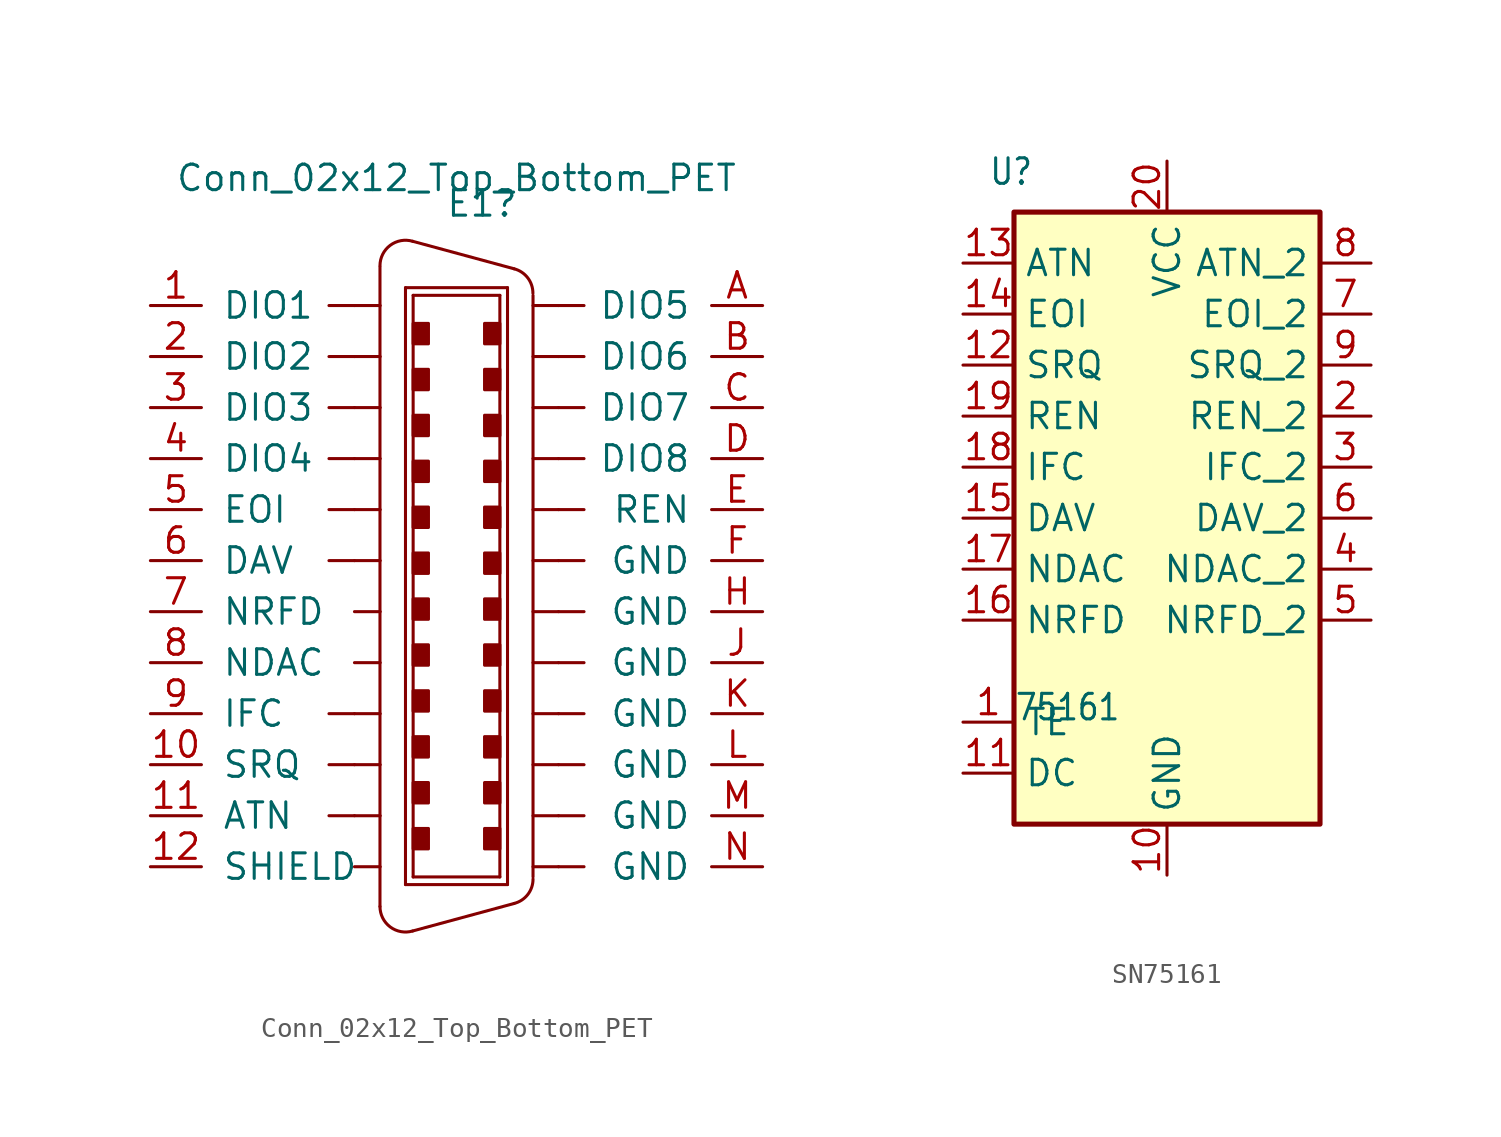
<source format=kicad_sym>
(kicad_symbol_lib
  (version 20231120)
  (generator "kicad_symbol_editor")
  (generator_version "8.0")
  (symbol "Conn_02x12_Top_Bottom_PET"
    (pin_names
      (offset 1.016))
    (property "Reference" "E1"
      (at 1.27 19.05 0)
      (effects (font (size 1.27 1.27))))
    (property "Value" "Conn_02x12_Top_Bottom_PET"
      (at 0 20.32 0)
      (effects (font (size 1.27 1.27))))
    (symbol "Conn_02x12_Top_Bottom_PET_0_1"
      (polyline (pts (xy -5.08 -11.43) (xy -6.35 -11.43)) (stroke (width 0) (type default)) (fill (type none)))
      (polyline (pts (xy -5.08 -8.89) (xy -6.35 -8.89)) (stroke (width 0) (type default)) (fill (type none)))
      (polyline (pts (xy -5.08 -6.35) (xy -6.35 -6.35)) (stroke (width 0) (type default)) (fill (type none)))
      (polyline (pts (xy -5.08 1.27) (xy -6.35 1.27)) (stroke (width 0) (type default)) (fill (type none)))
      (polyline (pts (xy -5.08 3.81) (xy -6.35 3.81)) (stroke (width 0) (type default)) (fill (type none)))
      (polyline (pts (xy -5.08 6.35) (xy -6.35 6.35)) (stroke (width 0) (type default)) (fill (type none)))
      (polyline (pts (xy -5.08 8.89) (xy -6.35 8.89)) (stroke (width 0) (type default)) (fill (type none)))
      (polyline (pts (xy -5.08 11.43) (xy -6.35 11.43)) (stroke (width 0) (type default)) (fill (type none)))
      (polyline (pts (xy -5.08 13.97) (xy -6.35 13.97)) (stroke (width 0) (type default)) (fill (type none)))
      (polyline (pts (xy 6.35 -13.97) (xy 5.08 -13.97)) (stroke (width 0) (type default)) (fill (type none)))
      (polyline (pts (xy 6.35 -11.43) (xy 5.08 -11.43)) (stroke (width 0) (type default)) (fill (type none)))
      (polyline (pts (xy 6.35 -8.89) (xy 5.08 -8.89)) (stroke (width 0) (type default)) (fill (type none)))
      (polyline (pts (xy 6.35 -6.35) (xy 5.08 -6.35)) (stroke (width 0) (type default)) (fill (type none)))
      (polyline (pts (xy 6.35 -3.81) (xy 5.08 -3.81)) (stroke (width 0) (type default)) (fill (type none)))
      (polyline (pts (xy 6.35 -1.27) (xy 5.08 -1.27)) (stroke (width 0) (type default)) (fill (type none)))
      (polyline (pts (xy 6.35 1.27) (xy 5.08 1.27)) (stroke (width 0) (type default)) (fill (type none)))
      (polyline (pts (xy 6.35 3.81) (xy 5.08 3.81)) (stroke (width 0) (type default)) (fill (type none)))
      (polyline (pts (xy 6.35 6.35) (xy 5.08 6.35)) (stroke (width 0) (type default)) (fill (type none)))
      (polyline (pts (xy 6.35 8.89) (xy 5.08 8.89)) (stroke (width 0) (type default)) (fill (type none)))
      (polyline (pts (xy 6.35 11.43) (xy 5.08 11.43)) (stroke (width 0) (type default)) (fill (type none)))
      (polyline (pts (xy 6.35 13.97) (xy 5.08 13.97)) (stroke (width 0) (type default)) (fill (type none))))
    (symbol "Conn_02x12_Top_Bottom_PET_1_0"
      (polyline (pts (xy -5.08 -13.97) (xy -3.81 -13.97)) (stroke (width 0) (type solid)) (fill (type none)))
      (polyline (pts (xy -5.08 -11.43) (xy -3.81 -11.43)) (stroke (width 0) (type solid)) (fill (type none)))
      (polyline (pts (xy -5.08 -8.89) (xy -3.81 -8.89)) (stroke (width 0) (type solid)) (fill (type none)))
      (polyline (pts (xy -5.08 -6.35) (xy -3.81 -6.35)) (stroke (width 0) (type solid)) (fill (type none)))
      (polyline (pts (xy -5.08 8.89) (xy -3.81 8.89)) (stroke (width 0) (type solid)) (fill (type none)))
      (polyline (pts (xy -5.08 11.43) (xy -3.81 11.43)) (stroke (width 0) (type solid)) (fill (type none)))
      (polyline (pts (xy -5.08 13.97) (xy -3.81 13.97)) (stroke (width 0) (type solid)) (fill (type none)))
      (polyline (pts (xy -3.81 -13.97) (xy -3.81 -15.951)) (stroke (width 0) (type solid)) (fill (type none)))
      (polyline (pts (xy -3.81 -11.43) (xy -3.81 -13.97)) (stroke (width 0) (type solid)) (fill (type none)))
      (polyline (pts (xy -3.81 -8.89) (xy -3.81 -11.43)) (stroke (width 0) (type solid)) (fill (type none)))
      (polyline (pts (xy -3.81 -6.35) (xy -3.81 -8.89)) (stroke (width 0) (type solid)) (fill (type none)))
      (polyline (pts (xy -3.81 -3.81) (xy -5.08 -3.81)) (stroke (width 0) (type solid)) (fill (type none)))
      (polyline (pts (xy -3.81 -3.81) (xy -3.81 -6.35)) (stroke (width 0) (type solid)) (fill (type none)))
      (polyline (pts (xy -3.81 -1.27) (xy -5.08 -1.27)) (stroke (width 0) (type solid)) (fill (type none)))
      (polyline (pts (xy -3.81 -1.27) (xy -3.81 -3.81)) (stroke (width 0) (type solid)) (fill (type none)))
      (polyline (pts (xy -3.81 1.27) (xy -5.08 1.27)) (stroke (width 0) (type solid)) (fill (type none)))
      (polyline (pts (xy -3.81 1.27) (xy -3.81 -1.27)) (stroke (width 0) (type solid)) (fill (type none)))
      (polyline (pts (xy -3.81 3.81) (xy -5.08 3.81)) (stroke (width 0) (type solid)) (fill (type none)))
      (polyline (pts (xy -3.81 3.81) (xy -3.81 1.27)) (stroke (width 0) (type solid)) (fill (type none)))
      (polyline (pts (xy -3.81 6.35) (xy -5.08 6.35)) (stroke (width 0) (type solid)) (fill (type none)))
      (polyline (pts (xy -3.81 6.35) (xy -3.81 3.81)) (stroke (width 0) (type solid)) (fill (type none)))
      (polyline (pts (xy -3.81 8.89) (xy -3.81 6.35)) (stroke (width 0) (type solid)) (fill (type none)))
      (polyline (pts (xy -3.81 11.43) (xy -3.81 8.89)) (stroke (width 0) (type solid)) (fill (type none)))
      (polyline (pts (xy -3.81 13.97) (xy -3.81 11.43)) (stroke (width 0) (type solid)) (fill (type none)))
      (polyline (pts (xy -3.81 15.9) (xy -3.81 13.97)) (stroke (width 0) (type solid)) (fill (type none)))
      (polyline (pts (xy -2.54 -14.859) (xy -2.54 14.859)) (stroke (width 0) (type solid)) (fill (type none)))
      (polyline (pts (xy -2.54 -14.859) (xy 2.54 -14.859)) (stroke (width 0) (type solid)) (fill (type none)))
      (polyline (pts (xy -2.54 14.859) (xy 2.54 14.859)) (stroke (width 0) (type solid)) (fill (type none)))
      (polyline (pts (xy -2.159 -14.478) (xy -2.159 14.478)) (stroke (width 0) (type solid)) (fill (type none)))
      (polyline (pts (xy -2.159 14.478) (xy 2.159 14.478)) (stroke (width 0) (type solid)) (fill (type none)))
      (polyline (pts (xy 2.159 -14.478) (xy -2.159 -14.478)) (stroke (width 0) (type solid)) (fill (type none)))
      (polyline (pts (xy 2.159 14.478) (xy 2.159 -14.478)) (stroke (width 0) (type solid)) (fill (type none)))
      (polyline (pts (xy 2.54 -14.859) (xy 2.54 14.859)) (stroke (width 0) (type solid)) (fill (type none)))
      (polyline (pts (xy 2.87 -15.799) (xy -2.184 -17.17)) (stroke (width 0) (type solid)) (fill (type none)))
      (polyline (pts (xy 2.87 15.799) (xy -2.184 17.17)) (stroke (width 0) (type solid)) (fill (type none)))
      (polyline (pts (xy 3.81 -14.478) (xy 3.81 14.478)) (stroke (width 0) (type solid)) (fill (type none)))
      (polyline (pts (xy 5.08 -13.97) (xy 3.81 -13.97)) (stroke (width 0) (type solid)) (fill (type none)))
      (polyline (pts (xy 5.08 -11.43) (xy 3.81 -11.43)) (stroke (width 0) (type solid)) (fill (type none)))
      (polyline (pts (xy 5.08 -8.89) (xy 3.81 -8.89)) (stroke (width 0) (type solid)) (fill (type none)))
      (polyline (pts (xy 5.08 -6.35) (xy 3.81 -6.35)) (stroke (width 0) (type solid)) (fill (type none)))
      (polyline (pts (xy 5.08 -3.81) (xy 3.81 -3.81)) (stroke (width 0) (type solid)) (fill (type none)))
      (polyline (pts (xy 5.08 -1.27) (xy 3.81 -1.27)) (stroke (width 0) (type solid)) (fill (type none)))
      (polyline (pts (xy 5.08 1.27) (xy 3.81 1.27)) (stroke (width 0) (type solid)) (fill (type none)))
      (polyline (pts (xy 5.08 3.81) (xy 3.81 3.81)) (stroke (width 0) (type solid)) (fill (type none)))
      (polyline (pts (xy 5.08 6.35) (xy 3.81 6.35)) (stroke (width 0) (type solid)) (fill (type none)))
      (polyline (pts (xy 5.08 8.89) (xy 3.81 8.89)) (stroke (width 0) (type solid)) (fill (type none)))
      (polyline (pts (xy 5.08 11.43) (xy 3.81 11.43)) (stroke (width 0) (type solid)) (fill (type none)))
      (polyline (pts (xy 5.08 13.97) (xy 3.81 13.97)) (stroke (width 0) (type solid)) (fill (type none))))
    (symbol "Conn_02x12_Top_Bottom_PET_1_1"
      (arc (start -3.81 -15.9512) (mid -3.302 -16.9672) (end -2.1844 -17.1704) (stroke (width 0) (type solid)) (fill (type none)))
      (arc (start -2.1844 17.1704) (mid -3.302 16.9672) (end -3.81 15.9512) (stroke (width 0) (type solid)) (fill (type none)))
      (rectangle (start -2.159 -13.081) (end -1.397 -12.065) (stroke (width 0) (type solid)) (fill (type outline)))
      (rectangle (start -2.159 -10.795) (end -1.397 -9.779) (stroke (width 0) (type solid)) (fill (type outline)))
      (rectangle (start -2.159 -8.509) (end -1.397 -7.493) (stroke (width 0) (type solid)) (fill (type outline)))
      (rectangle (start -2.159 -6.223) (end -1.397 -5.207) (stroke (width 0) (type solid)) (fill (type outline)))
      (rectangle (start -2.159 -3.937) (end -1.397 -2.921) (stroke (width 0) (type solid)) (fill (type outline)))
      (rectangle (start -2.159 -1.651) (end -1.397 -0.635) (stroke (width 0) (type solid)) (fill (type outline)))
      (rectangle (start -2.159 0.635) (end -1.397 1.651) (stroke (width 0) (type solid)) (fill (type outline)))
      (rectangle (start -2.159 2.921) (end -1.397 3.937) (stroke (width 0) (type solid)) (fill (type outline)))
      (rectangle (start -2.159 5.207) (end -1.397 6.223) (stroke (width 0) (type solid)) (fill (type outline)))
      (rectangle (start -2.159 7.493) (end -1.397 8.509) (stroke (width 0) (type solid)) (fill (type outline)))
      (rectangle (start -2.159 9.779) (end -1.397 10.795) (stroke (width 0) (type solid)) (fill (type outline)))
      (rectangle (start -2.159 12.065) (end -1.397 13.081) (stroke (width 0) (type solid)) (fill (type outline)))
      (rectangle (start 1.397 -13.081) (end 2.159 -12.065) (stroke (width 0) (type solid)) (fill (type outline)))
      (rectangle (start 1.397 -10.795) (end 2.159 -9.779) (stroke (width 0) (type solid)) (fill (type outline)))
      (rectangle (start 1.397 -8.509) (end 2.159 -7.493) (stroke (width 0) (type solid)) (fill (type outline)))
      (rectangle (start 1.397 -6.223) (end 2.159 -5.207) (stroke (width 0) (type solid)) (fill (type outline)))
      (rectangle (start 1.397 -3.937) (end 2.159 -2.921) (stroke (width 0) (type solid)) (fill (type outline)))
      (rectangle (start 1.397 -1.651) (end 2.159 -0.635) (stroke (width 0) (type solid)) (fill (type outline)))
      (rectangle (start 1.397 0.635) (end 2.159 1.651) (stroke (width 0) (type solid)) (fill (type outline)))
      (rectangle (start 1.397 2.921) (end 2.159 3.937) (stroke (width 0) (type solid)) (fill (type outline)))
      (rectangle (start 1.397 5.207) (end 2.159 6.223) (stroke (width 0) (type solid)) (fill (type outline)))
      (rectangle (start 1.397 7.493) (end 2.159 8.509) (stroke (width 0) (type solid)) (fill (type outline)))
      (rectangle (start 1.397 9.779) (end 2.159 10.795) (stroke (width 0) (type solid)) (fill (type outline)))
      (rectangle (start 1.397 12.065) (end 2.159 13.081) (stroke (width 0) (type solid)) (fill (type outline)))
      (arc (start 2.8702 -15.7988) (mid 3.5509 -15.3517) (end 3.81 -14.5796) (stroke (width 0) (type solid)) (fill (type none)))
      (arc (start 3.81 14.5796) (mid 3.5492 15.3503) (end 2.8702 15.7988) (stroke (width 0) (type solid)) (fill (type none)))
      (pin passive line (at -15.24 13.97 0) (length 2.54) (name "DIO1" (effects (font (size 1.27 1.27)))) (number "1" (effects (font (size 1.27 1.27)))))
      (pin passive line (at -15.24 -8.89 0) (length 2.54) (name "SRQ" (effects (font (size 1.27 1.27)))) (number "10" (effects (font (size 1.27 1.27)))))
      (pin passive line (at -15.24 -11.43 0) (length 2.54) (name "ATN" (effects (font (size 1.27 1.27)))) (number "11" (effects (font (size 1.27 1.27)))))
      (pin passive line (at -15.24 -13.97 0) (length 2.54) (name "SHIELD" (effects (font (size 1.27 1.27)))) (number "12" (effects (font (size 1.27 1.27)))))
      (pin passive line (at -15.24 11.43 0) (length 2.54) (name "DIO2" (effects (font (size 1.27 1.27)))) (number "2" (effects (font (size 1.27 1.27)))))
      (pin passive line (at -15.24 8.89 0) (length 2.54) (name "DIO3" (effects (font (size 1.27 1.27)))) (number "3" (effects (font (size 1.27 1.27)))))
      (pin passive line (at -15.24 6.35 0) (length 2.54) (name "DIO4" (effects (font (size 1.27 1.27)))) (number "4" (effects (font (size 1.27 1.27)))))
      (pin passive line (at -15.24 3.81 0) (length 2.54) (name "EOI" (effects (font (size 1.27 1.27)))) (number "5" (effects (font (size 1.27 1.27)))))
      (pin passive line (at -15.24 1.27 0) (length 2.54) (name "DAV" (effects (font (size 1.27 1.27)))) (number "6" (effects (font (size 1.27 1.27)))))
      (pin passive line (at -15.24 -1.27 0) (length 2.54) (name "NRFD" (effects (font (size 1.27 1.27)))) (number "7" (effects (font (size 1.27 1.27)))))
      (pin passive line (at -15.24 -3.81 0) (length 2.54) (name "NDAC" (effects (font (size 1.27 1.27)))) (number "8" (effects (font (size 1.27 1.27)))))
      (pin passive line (at -15.24 -6.35 0) (length 2.54) (name "IFC" (effects (font (size 1.27 1.27)))) (number "9" (effects (font (size 1.27 1.27)))))
      (pin passive line (at 15.24 13.97 180) (length 2.54) (name "DIO5" (effects (font (size 1.27 1.27)))) (number "A" (effects (font (size 1.27 1.27)))))
      (pin passive line (at 15.24 11.43 180) (length 2.54) (name "DIO6" (effects (font (size 1.27 1.27)))) (number "B" (effects (font (size 1.27 1.27)))))
      (pin passive line (at 15.24 8.89 180) (length 2.54) (name "DIO7" (effects (font (size 1.27 1.27)))) (number "C" (effects (font (size 1.27 1.27)))))
      (pin passive line (at 15.24 6.35 180) (length 2.54) (name "DIO8" (effects (font (size 1.27 1.27)))) (number "D" (effects (font (size 1.27 1.27)))))
      (pin passive line (at 15.24 3.81 180) (length 2.54) (name "REN" (effects (font (size 1.27 1.27)))) (number "E" (effects (font (size 1.27 1.27)))))
      (pin passive line (at 15.24 1.27 180) (length 2.54) (name "GND" (effects (font (size 1.27 1.27)))) (number "F" (effects (font (size 1.27 1.27)))))
      (pin passive line (at 15.24 -1.27 180) (length 2.54) (name "GND" (effects (font (size 1.27 1.27)))) (number "H" (effects (font (size 1.27 1.27)))))
      (pin passive line (at 15.24 -3.81 180) (length 2.54) (name "GND" (effects (font (size 1.27 1.27)))) (number "J" (effects (font (size 1.27 1.27)))))
      (pin passive line (at 15.24 -6.35 180) (length 2.54) (name "GND" (effects (font (size 1.27 1.27)))) (number "K" (effects (font (size 1.27 1.27)))))
      (pin passive line (at 15.24 -8.89 180) (length 2.54) (name "GND" (effects (font (size 1.27 1.27)))) (number "L" (effects (font (size 1.27 1.27)))))
      (pin passive line (at 15.24 -11.43 180) (length 2.54) (name "GND" (effects (font (size 1.27 1.27)))) (number "M" (effects (font (size 1.27 1.27)))))
      (pin passive line (at 15.24 -13.97 180) (length 2.54) (name "GND" (effects (font (size 1.27 1.27)))) (number "N" (effects (font (size 1.27 1.27)))))))
  (symbol "SN75161"
    (property "Reference" "U"
      (at -8.89 15.24 0)
      (effects (font (size 1.27 1.079)) (justify left bottom)))
    (property "Value" "75161"
      (at -7.62 -11.43 0)
      (effects (font (size 1.27 1.079)) (justify left bottom)))
    (symbol "SN75161_1_0"
      (pin input line (at -10.16 -11.43 0) (length 2.54) (name "TE" (effects (font (size 1.27 1.27)))) (number "1" (effects (font (size 1.27 1.27)))))
      (pin power_in line (at 0 -19.05 90) (length 2.54) (name "GND" (effects (font (size 1.27 1.27)))) (number "10" (effects (font (size 1.27 1.27)))))
      (pin input line (at -10.16 -13.97 0) (length 2.54) (name "DC" (effects (font (size 1.27 1.27)))) (number "11" (effects (font (size 1.27 1.27)))))
      (pin bidirectional line (at -10.16 6.35 0) (length 2.54) (name "SRQ" (effects (font (size 1.27 1.27)))) (number "12" (effects (font (size 1.27 1.27)))))
      (pin bidirectional line (at -10.16 11.43 0) (length 2.54) (name "ATN" (effects (font (size 1.27 1.27)))) (number "13" (effects (font (size 1.27 1.27)))))
      (pin bidirectional line (at -10.16 8.89 0) (length 2.54) (name "EOI" (effects (font (size 1.27 1.27)))) (number "14" (effects (font (size 1.27 1.27)))))
      (pin bidirectional line (at -10.16 -1.27 0) (length 2.54) (name "DAV" (effects (font (size 1.27 1.27)))) (number "15" (effects (font (size 1.27 1.27)))))
      (pin bidirectional line (at -10.16 -6.35 0) (length 2.54) (name "NRFD" (effects (font (size 1.27 1.27)))) (number "16" (effects (font (size 1.27 1.27)))))
      (pin bidirectional line (at -10.16 -3.81 0) (length 2.54) (name "NDAC" (effects (font (size 1.27 1.27)))) (number "17" (effects (font (size 1.27 1.27)))))
      (pin bidirectional line (at -10.16 1.27 0) (length 2.54) (name "IFC" (effects (font (size 1.27 1.27)))) (number "18" (effects (font (size 1.27 1.27)))))
      (pin bidirectional line (at -10.16 3.81 0) (length 2.54) (name "REN" (effects (font (size 1.27 1.27)))) (number "19" (effects (font (size 1.27 1.27)))))
      (pin bidirectional line (at 10.16 3.81 180) (length 2.54) (name "REN_2" (effects (font (size 1.27 1.27)))) (number "2" (effects (font (size 1.27 1.27)))))
      (pin power_in line (at 0 16.51 270) (length 2.54) (name "VCC" (effects (font (size 1.27 1.27)))) (number "20" (effects (font (size 1.27 1.27)))))
      (pin bidirectional line (at 10.16 1.27 180) (length 2.54) (name "IFC_2" (effects (font (size 1.27 1.27)))) (number "3" (effects (font (size 1.27 1.27)))))
      (pin bidirectional line (at 10.16 -3.81 180) (length 2.54) (name "NDAC_2" (effects (font (size 1.27 1.27)))) (number "4" (effects (font (size 1.27 1.27)))))
      (pin bidirectional line (at 10.16 -6.35 180) (length 2.54) (name "NRFD_2" (effects (font (size 1.27 1.27)))) (number "5" (effects (font (size 1.27 1.27)))))
      (pin bidirectional line (at 10.16 -1.27 180) (length 2.54) (name "DAV_2" (effects (font (size 1.27 1.27)))) (number "6" (effects (font (size 1.27 1.27)))))
      (pin bidirectional line (at 10.16 8.89 180) (length 2.54) (name "EOI_2" (effects (font (size 1.27 1.27)))) (number "7" (effects (font (size 1.27 1.27)))))
      (pin bidirectional line (at 10.16 11.43 180) (length 2.54) (name "ATN_2" (effects (font (size 1.27 1.27)))) (number "8" (effects (font (size 1.27 1.27)))))
      (pin bidirectional line (at 10.16 6.35 180) (length 2.54) (name "SRQ_2" (effects (font (size 1.27 1.27)))) (number "9" (effects (font (size 1.27 1.27))))))
    (symbol "SN75161_1_1"
      (rectangle (start -7.62 13.97) (end 7.62 -16.51) (stroke (width 0.254) (type default)) (fill (type background))))))
</source>
